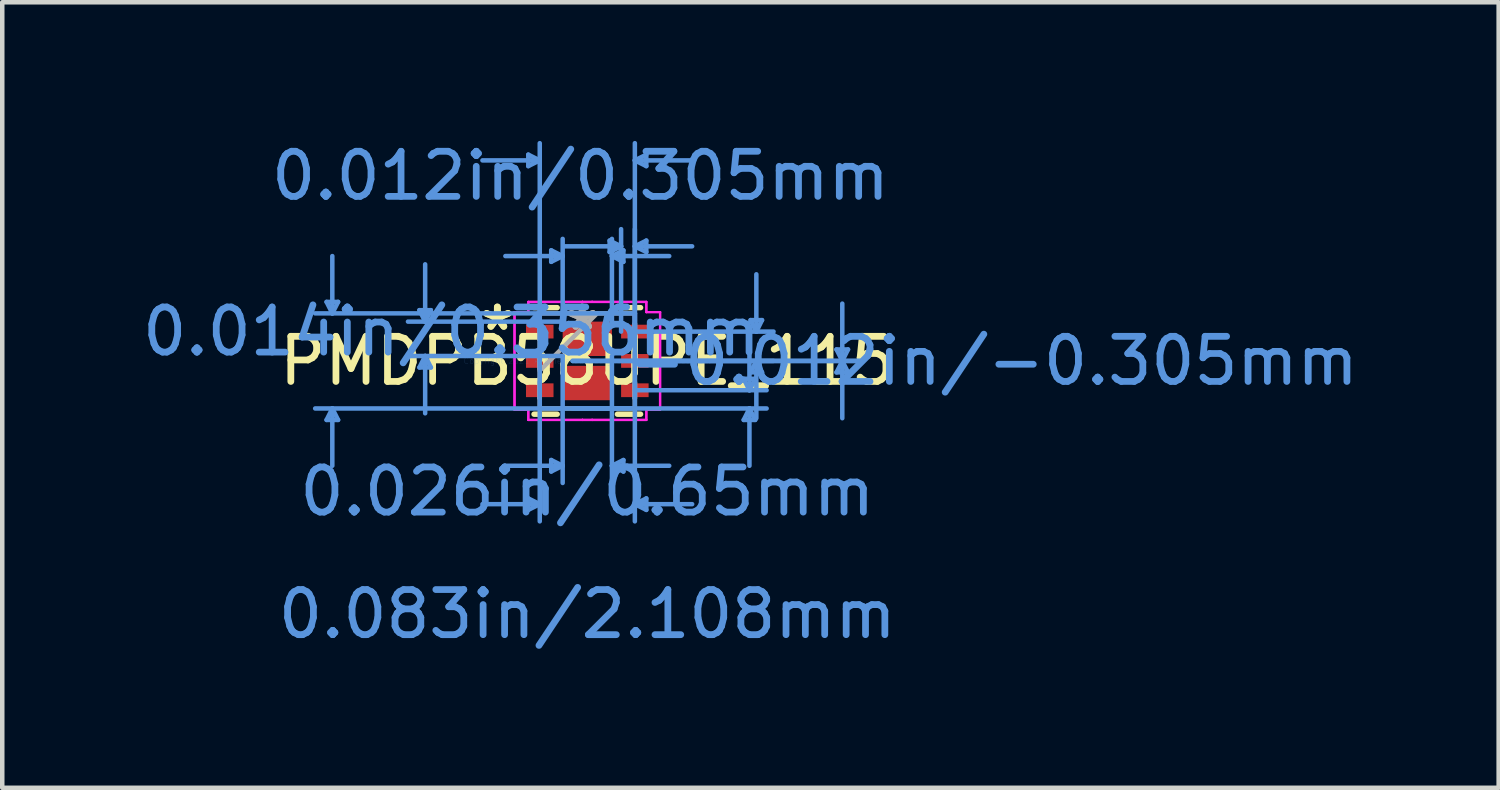
<source format=kicad_pcb>
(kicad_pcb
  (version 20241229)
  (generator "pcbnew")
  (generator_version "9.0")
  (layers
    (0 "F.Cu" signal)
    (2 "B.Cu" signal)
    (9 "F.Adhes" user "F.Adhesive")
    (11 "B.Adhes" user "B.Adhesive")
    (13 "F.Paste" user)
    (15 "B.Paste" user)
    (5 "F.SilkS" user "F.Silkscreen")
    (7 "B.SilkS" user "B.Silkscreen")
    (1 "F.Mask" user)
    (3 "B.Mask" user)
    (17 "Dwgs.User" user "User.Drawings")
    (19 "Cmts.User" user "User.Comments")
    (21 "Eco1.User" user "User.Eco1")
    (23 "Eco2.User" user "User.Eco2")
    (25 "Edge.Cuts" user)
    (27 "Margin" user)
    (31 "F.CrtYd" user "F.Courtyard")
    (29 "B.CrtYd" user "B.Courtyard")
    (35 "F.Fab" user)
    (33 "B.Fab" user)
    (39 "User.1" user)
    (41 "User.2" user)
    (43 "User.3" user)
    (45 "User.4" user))
  (footprint "PMDPB58UPE_115"
    (layer "F.Cu")
    (at 9.968 4.95)
    (property "Reference" "PMDPB58UPE_115" (at 0 0 0) (layer "F.SilkS") (effects (font (size 1 1) (thickness 0.15))))
    (attr through_hole)
    (fp_line (start -1.181 1.181) (end -0.667 1.181) (stroke (width 0.12) (type solid)) (layer "F.SilkS"))
    (fp_line (start -0.667 -1.181) (end -1.181 -1.181) (stroke (width 0.12) (type solid)) (layer "F.SilkS"))
    (fp_line (start 0.667 1.181) (end 1.181 1.181) (stroke (width 0.12) (type solid)) (layer "F.SilkS"))
    (fp_line (start 1.181 -1.181) (end 0.667 -1.181) (stroke (width 0.12) (type solid)) (layer "F.SilkS"))
    (fp_line (start -5.779 -1.308) (end -5.524 -1.308) (stroke (width 0.1) (type solid)) (layer "Cmts.User"))
    (fp_line (start -5.779 1.308) (end -5.524 1.308) (stroke (width 0.1) (type solid)) (layer "Cmts.User"))
    (fp_line (start -5.652 -1.054) (end -5.779 -1.308) (stroke (width 0.1) (type solid)) (layer "Cmts.User"))
    (fp_line (start -5.652 -1.054) (end -5.652 -2.324) (stroke (width 0.1) (type solid)) (layer "Cmts.User"))
    (fp_line (start -5.652 -1.054) (end -5.524 -1.308) (stroke (width 0.1) (type solid)) (layer "Cmts.User"))
    (fp_line (start -5.652 1.054) (end -5.779 1.308) (stroke (width 0.1) (type solid)) (layer "Cmts.User"))
    (fp_line (start -5.652 1.054) (end -5.652 2.324) (stroke (width 0.1) (type solid)) (layer "Cmts.User"))
    (fp_line (start -5.652 1.054) (end -5.524 1.308) (stroke (width 0.1) (type solid)) (layer "Cmts.User"))
    (fp_line (start -3.721 -1.125) (end -3.467 -1.125) (stroke (width 0.1) (type solid)) (layer "Cmts.User"))
    (fp_line (start -3.721 0.145) (end -3.467 0.145) (stroke (width 0.1) (type solid)) (layer "Cmts.User"))
    (fp_line (start -3.594 -0.871) (end -3.721 -1.125) (stroke (width 0.1) (type solid)) (layer "Cmts.User"))
    (fp_line (start -3.594 -0.871) (end -3.594 -2.141) (stroke (width 0.1) (type solid)) (layer "Cmts.User"))
    (fp_line (start -3.594 -0.871) (end -3.467 -1.125) (stroke (width 0.1) (type solid)) (layer "Cmts.User"))
    (fp_line (start -3.594 -0.109) (end -3.721 0.145) (stroke (width 0.1) (type solid)) (layer "Cmts.User"))
    (fp_line (start -3.594 -0.109) (end -3.594 1.161) (stroke (width 0.1) (type solid)) (layer "Cmts.User"))
    (fp_line (start -3.594 -0.109) (end -3.467 0.145) (stroke (width 0.1) (type solid)) (layer "Cmts.User"))
    (fp_line (start -1.308 -4.572) (end -1.308 -4.318) (stroke (width 0.1) (type solid)) (layer "Cmts.User"))
    (fp_line (start -1.308 3.048) (end -1.308 3.302) (stroke (width 0.1) (type solid)) (layer "Cmts.User"))
    (fp_line (start -1.054 -4.445) (end -2.324 -4.445) (stroke (width 0.1) (type solid)) (layer "Cmts.User"))
    (fp_line (start -1.054 -4.445) (end -1.308 -4.572) (stroke (width 0.1) (type solid)) (layer "Cmts.User"))
    (fp_line (start -1.054 -4.445) (end -1.308 -4.318) (stroke (width 0.1) (type solid)) (layer "Cmts.User"))
    (fp_line (start -1.054 -1.054) (end -1.054 3.556) (stroke (width 0.1) (type solid)) (layer "Cmts.User"))
    (fp_line (start -1.054 -0.65) (end -1.054 -4.826) (stroke (width 0.1) (type solid)) (layer "Cmts.User"))
    (fp_line (start -1.054 3.175) (end -2.324 3.175) (stroke (width 0.1) (type solid)) (layer "Cmts.User"))
    (fp_line (start -1.054 3.175) (end -1.308 3.048) (stroke (width 0.1) (type solid)) (layer "Cmts.User"))
    (fp_line (start -1.054 3.175) (end -1.308 3.302) (stroke (width 0.1) (type solid)) (layer "Cmts.User"))
    (fp_line (start -0.8 -2.451) (end -0.8 -2.197) (stroke (width 0.1) (type solid)) (layer "Cmts.User"))
    (fp_line (start -0.8 2.197) (end -0.8 2.451) (stroke (width 0.1) (type solid)) (layer "Cmts.User"))
    (fp_line (start -0.546 -2.324) (end -1.816 -2.324) (stroke (width 0.1) (type solid)) (layer "Cmts.User"))
    (fp_line (start -0.546 -2.324) (end -0.8 -2.451) (stroke (width 0.1) (type solid)) (layer "Cmts.User"))
    (fp_line (start -0.546 -2.324) (end -0.8 -2.197) (stroke (width 0.1) (type solid)) (layer "Cmts.User"))
    (fp_line (start -0.546 -0.871) (end -3.975 -0.871) (stroke (width 0.1) (type solid)) (layer "Cmts.User"))
    (fp_line (start -0.546 -0.871) (end -0.546 -2.705) (stroke (width 0.1) (type solid)) (layer "Cmts.User"))
    (fp_line (start -0.546 -0.109) (end -3.975 -0.109) (stroke (width 0.1) (type solid)) (layer "Cmts.User"))
    (fp_line (start -0.546 -0.109) (end -0.546 2.705) (stroke (width 0.1) (type solid)) (layer "Cmts.User"))
    (fp_line (start -0.546 2.324) (end -1.816 2.324) (stroke (width 0.1) (type solid)) (layer "Cmts.User"))
    (fp_line (start -0.546 2.324) (end -0.8 2.197) (stroke (width 0.1) (type solid)) (layer "Cmts.User"))
    (fp_line (start -0.546 2.324) (end -0.8 2.451) (stroke (width 0.1) (type solid)) (layer "Cmts.User"))
    (fp_line (start -0.325 0) (end 6.032 0) (stroke (width 0.1) (type solid)) (layer "Cmts.User"))
    (fp_line (start -0.325 0) (end 6.032 0) (stroke (width 0.1) (type solid)) (layer "Cmts.User"))
    (fp_line (start -0.325 1.054) (end 3.975 1.054) (stroke (width 0.1) (type solid)) (layer "Cmts.User"))
    (fp_line (start 0.495 -2.667) (end 0.495 -2.413) (stroke (width 0.1) (type solid)) (layer "Cmts.User"))
    (fp_line (start 0.546 -2.324) (end 0.8 -2.451) (stroke (width 0.1) (type solid)) (layer "Cmts.User"))
    (fp_line (start 0.546 -2.324) (end 0.8 -2.197) (stroke (width 0.1) (type solid)) (layer "Cmts.User"))
    (fp_line (start 0.546 -2.324) (end 1.816 -2.324) (stroke (width 0.1) (type solid)) (layer "Cmts.User"))
    (fp_line (start 0.546 -0.871) (end 0.546 -2.705) (stroke (width 0.1) (type solid)) (layer "Cmts.User"))
    (fp_line (start 0.546 -0.109) (end 0.546 2.705) (stroke (width 0.1) (type solid)) (layer "Cmts.User"))
    (fp_line (start 0.546 2.324) (end 0.8 2.197) (stroke (width 0.1) (type solid)) (layer "Cmts.User"))
    (fp_line (start 0.546 2.324) (end 0.8 2.451) (stroke (width 0.1) (type solid)) (layer "Cmts.User"))
    (fp_line (start 0.546 2.324) (end 1.816 2.324) (stroke (width 0.1) (type solid)) (layer "Cmts.User"))
    (fp_line (start 0.749 -2.54) (end -0.521 -2.54) (stroke (width 0.1) (type solid)) (layer "Cmts.User"))
    (fp_line (start 0.749 -2.54) (end 0.495 -2.667) (stroke (width 0.1) (type solid)) (layer "Cmts.User"))
    (fp_line (start 0.749 -2.54) (end 0.495 -2.413) (stroke (width 0.1) (type solid)) (layer "Cmts.User"))
    (fp_line (start 0.749 -0.65) (end 0.749 -2.921) (stroke (width 0.1) (type solid)) (layer "Cmts.User"))
    (fp_line (start 0.8 -2.451) (end 0.8 -2.197) (stroke (width 0.1) (type solid)) (layer "Cmts.User"))
    (fp_line (start 0.8 2.197) (end 0.8 2.451) (stroke (width 0.1) (type solid)) (layer "Cmts.User"))
    (fp_line (start 1.054 -4.445) (end 1.308 -4.572) (stroke (width 0.1) (type solid)) (layer "Cmts.User"))
    (fp_line (start 1.054 -4.445) (end 1.308 -4.318) (stroke (width 0.1) (type solid)) (layer "Cmts.User"))
    (fp_line (start 1.054 -4.445) (end 2.324 -4.445) (stroke (width 0.1) (type solid)) (layer "Cmts.User"))
    (fp_line (start 1.054 -2.54) (end 1.308 -2.667) (stroke (width 0.1) (type solid)) (layer "Cmts.User"))
    (fp_line (start 1.054 -2.54) (end 1.308 -2.413) (stroke (width 0.1) (type solid)) (layer "Cmts.User"))
    (fp_line (start 1.054 -2.54) (end 2.324 -2.54) (stroke (width 0.1) (type solid)) (layer "Cmts.User"))
    (fp_line (start 1.054 -1.054) (end -6.032 -1.054) (stroke (width 0.1) (type solid)) (layer "Cmts.User"))
    (fp_line (start 1.054 -1.054) (end 1.054 3.556) (stroke (width 0.1) (type solid)) (layer "Cmts.User"))
    (fp_line (start 1.054 -0.65) (end 1.054 -4.826) (stroke (width 0.1) (type solid)) (layer "Cmts.User"))
    (fp_line (start 1.054 -0.65) (end 1.054 -2.921) (stroke (width 0.1) (type solid)) (layer "Cmts.User"))
    (fp_line (start 1.054 -0.65) (end 4.128 -0.65) (stroke (width 0.1) (type solid)) (layer "Cmts.User"))
    (fp_line (start 1.054 0) (end 4.128 0) (stroke (width 0.1) (type solid)) (layer "Cmts.User"))
    (fp_line (start 1.054 0.65) (end 3.975 0.65) (stroke (width 0.1) (type solid)) (layer "Cmts.User"))
    (fp_line (start 1.054 1.054) (end -6.032 1.054) (stroke (width 0.1) (type solid)) (layer "Cmts.User"))
    (fp_line (start 1.054 3.175) (end 1.308 3.048) (stroke (width 0.1) (type solid)) (layer "Cmts.User"))
    (fp_line (start 1.054 3.175) (end 1.308 3.302) (stroke (width 0.1) (type solid)) (layer "Cmts.User"))
    (fp_line (start 1.054 3.175) (end 2.324 3.175) (stroke (width 0.1) (type solid)) (layer "Cmts.User"))
    (fp_line (start 1.308 -4.572) (end 1.308 -4.318) (stroke (width 0.1) (type solid)) (layer "Cmts.User"))
    (fp_line (start 1.308 -2.667) (end 1.308 -2.413) (stroke (width 0.1) (type solid)) (layer "Cmts.User"))
    (fp_line (start 1.308 3.048) (end 1.308 3.302) (stroke (width 0.1) (type solid)) (layer "Cmts.User"))
    (fp_line (start 3.467 0.396) (end 3.721 0.396) (stroke (width 0.1) (type solid)) (layer "Cmts.User"))
    (fp_line (start 3.467 1.308) (end 3.721 1.308) (stroke (width 0.1) (type solid)) (layer "Cmts.User"))
    (fp_line (start 3.594 0.65) (end 3.467 0.396) (stroke (width 0.1) (type solid)) (layer "Cmts.User"))
    (fp_line (start 3.594 0.65) (end 3.594 -0.62) (stroke (width 0.1) (type solid)) (layer "Cmts.User"))
    (fp_line (start 3.594 0.65) (end 3.721 0.396) (stroke (width 0.1) (type solid)) (layer "Cmts.User"))
    (fp_line (start 3.594 1.054) (end 3.467 1.308) (stroke (width 0.1) (type solid)) (layer "Cmts.User"))
    (fp_line (start 3.594 1.054) (end 3.594 2.324) (stroke (width 0.1) (type solid)) (layer "Cmts.User"))
    (fp_line (start 3.594 1.054) (end 3.721 1.308) (stroke (width 0.1) (type solid)) (layer "Cmts.User"))
    (fp_line (start 3.619 -0.904) (end 3.873 -0.904) (stroke (width 0.1) (type solid)) (layer "Cmts.User"))
    (fp_line (start 3.619 0.254) (end 3.873 0.254) (stroke (width 0.1) (type solid)) (layer "Cmts.User"))
    (fp_line (start 3.747 -0.65) (end 3.619 -0.904) (stroke (width 0.1) (type solid)) (layer "Cmts.User"))
    (fp_line (start 3.747 -0.65) (end 3.747 -1.92) (stroke (width 0.1) (type solid)) (layer "Cmts.User"))
    (fp_line (start 3.747 -0.65) (end 3.873 -0.904) (stroke (width 0.1) (type solid)) (layer "Cmts.User"))
    (fp_line (start 3.747 0) (end 3.619 0.254) (stroke (width 0.1) (type solid)) (layer "Cmts.User"))
    (fp_line (start 3.747 0) (end 3.747 1.27) (stroke (width 0.1) (type solid)) (layer "Cmts.User"))
    (fp_line (start 3.747 0) (end 3.873 0.254) (stroke (width 0.1) (type solid)) (layer "Cmts.User"))
    (fp_line (start 5.524 -0.254) (end 5.779 -0.254) (stroke (width 0.1) (type solid)) (layer "Cmts.User"))
    (fp_line (start 5.524 0.254) (end 5.779 0.254) (stroke (width 0.1) (type solid)) (layer "Cmts.User"))
    (fp_line (start 5.652 0) (end 5.524 -0.254) (stroke (width 0.1) (type solid)) (layer "Cmts.User"))
    (fp_line (start 5.652 0) (end 5.524 0.254) (stroke (width 0.1) (type solid)) (layer "Cmts.User"))
    (fp_line (start 5.652 0) (end 5.652 -1.27) (stroke (width 0.1) (type solid)) (layer "Cmts.User"))
    (fp_line (start 5.652 0) (end 5.652 1.27) (stroke (width 0.1) (type solid)) (layer "Cmts.User"))
    (fp_line (start 5.652 0) (end 5.779 -0.254) (stroke (width 0.1) (type solid)) (layer "Cmts.User"))
    (fp_line (start 5.652 0) (end 5.779 0.254) (stroke (width 0.1) (type solid)) (layer "Cmts.User"))
    (fp_line (start -1.613 -1.082) (end -1.308 -1.082) (stroke (width 0.05) (type solid)) (layer "F.CrtYd"))
    (fp_line (start -1.613 -1.082) (end -1.308 -1.082) (stroke (width 0.05) (type solid)) (layer "F.CrtYd"))
    (fp_line (start -1.613 1.082) (end -1.613 -1.082) (stroke (width 0.05) (type solid)) (layer "F.CrtYd"))
    (fp_line (start -1.613 1.082) (end -1.613 -1.082) (stroke (width 0.05) (type solid)) (layer "F.CrtYd"))
    (fp_line (start -1.308 -1.308) (end -0.107 -1.308) (stroke (width 0.05) (type solid)) (layer "F.CrtYd"))
    (fp_line (start -1.308 -1.308) (end -0.107 -1.308) (stroke (width 0.05) (type solid)) (layer "F.CrtYd"))
    (fp_line (start -1.308 -1.082) (end -1.308 -1.308) (stroke (width 0.05) (type solid)) (layer "F.CrtYd"))
    (fp_line (start -1.308 -1.082) (end -1.308 -1.308) (stroke (width 0.05) (type solid)) (layer "F.CrtYd"))
    (fp_line (start -1.308 1.082) (end -1.613 1.082) (stroke (width 0.05) (type solid)) (layer "F.CrtYd"))
    (fp_line (start -1.308 1.082) (end -1.613 1.082) (stroke (width 0.05) (type solid)) (layer "F.CrtYd"))
    (fp_line (start -1.308 1.308) (end -1.308 1.082) (stroke (width 0.05) (type solid)) (layer "F.CrtYd"))
    (fp_line (start -1.308 1.308) (end -1.308 1.082) (stroke (width 0.05) (type solid)) (layer "F.CrtYd"))
    (fp_line (start -0.107 -1.308) (end -0.107 -1.308) (stroke (width 0.05) (type solid)) (layer "F.CrtYd"))
    (fp_line (start -0.107 -1.308) (end -0.107 -1.308) (stroke (width 0.05) (type solid)) (layer "F.CrtYd"))
    (fp_line (start -0.107 -1.308) (end 0.107 -1.308) (stroke (width 0.05) (type solid)) (layer "F.CrtYd"))
    (fp_line (start -0.107 -1.308) (end 0.107 -1.308) (stroke (width 0.05) (type solid)) (layer "F.CrtYd"))
    (fp_line (start -0.107 1.308) (end -1.308 1.308) (stroke (width 0.05) (type solid)) (layer "F.CrtYd"))
    (fp_line (start -0.107 1.308) (end -1.308 1.308) (stroke (width 0.05) (type solid)) (layer "F.CrtYd"))
    (fp_line (start -0.107 1.308) (end -0.107 1.308) (stroke (width 0.05) (type solid)) (layer "F.CrtYd"))
    (fp_line (start -0.107 1.308) (end -0.107 1.308) (stroke (width 0.05) (type solid)) (layer "F.CrtYd"))
    (fp_line (start 0.107 -1.308) (end 0.107 -1.308) (stroke (width 0.05) (type solid)) (layer "F.CrtYd"))
    (fp_line (start 0.107 -1.308) (end 0.107 -1.308) (stroke (width 0.05) (type solid)) (layer "F.CrtYd"))
    (fp_line (start 0.107 -1.308) (end 1.308 -1.308) (stroke (width 0.05) (type solid)) (layer "F.CrtYd"))
    (fp_line (start 0.107 -1.308) (end 1.308 -1.308) (stroke (width 0.05) (type solid)) (layer "F.CrtYd"))
    (fp_line (start 0.107 1.308) (end -0.107 1.308) (stroke (width 0.05) (type solid)) (layer "F.CrtYd"))
    (fp_line (start 0.107 1.308) (end -0.107 1.308) (stroke (width 0.05) (type solid)) (layer "F.CrtYd"))
    (fp_line (start 0.107 1.308) (end 0.107 1.308) (stroke (width 0.05) (type solid)) (layer "F.CrtYd"))
    (fp_line (start 0.107 1.308) (end 0.107 1.308) (stroke (width 0.05) (type solid)) (layer "F.CrtYd"))
    (fp_line (start 1.308 -1.308) (end 1.308 -1.082) (stroke (width 0.05) (type solid)) (layer "F.CrtYd"))
    (fp_line (start 1.308 -1.308) (end 1.308 -1.082) (stroke (width 0.05) (type solid)) (layer "F.CrtYd"))
    (fp_line (start 1.308 -1.082) (end 1.613 -1.082) (stroke (width 0.05) (type solid)) (layer "F.CrtYd"))
    (fp_line (start 1.308 -1.082) (end 1.613 -1.082) (stroke (width 0.05) (type solid)) (layer "F.CrtYd"))
    (fp_line (start 1.308 1.082) (end 1.308 1.308) (stroke (width 0.05) (type solid)) (layer "F.CrtYd"))
    (fp_line (start 1.308 1.082) (end 1.308 1.308) (stroke (width 0.05) (type solid)) (layer "F.CrtYd"))
    (fp_line (start 1.308 1.308) (end 0.107 1.308) (stroke (width 0.05) (type solid)) (layer "F.CrtYd"))
    (fp_line (start 1.308 1.308) (end 0.107 1.308) (stroke (width 0.05) (type solid)) (layer "F.CrtYd"))
    (fp_line (start 1.613 -1.082) (end 1.613 1.082) (stroke (width 0.05) (type solid)) (layer "F.CrtYd"))
    (fp_line (start 1.613 -1.082) (end 1.613 1.082) (stroke (width 0.05) (type solid)) (layer "F.CrtYd"))
    (fp_line (start 1.613 1.082) (end 1.308 1.082) (stroke (width 0.05) (type solid)) (layer "F.CrtYd"))
    (fp_line (start 1.613 1.082) (end 1.308 1.082) (stroke (width 0.05) (type solid)) (layer "F.CrtYd"))
    (fp_line (start -1.054 -1.054) (end -1.054 1.054) (stroke (width 0.1) (type solid)) (layer "F.Fab"))
    (fp_line (start -1.054 -0.828) (end -1.054 -0.828) (stroke (width 0.1) (type solid)) (layer "F.Fab"))
    (fp_line (start -1.054 -0.828) (end -1.054 -0.472) (stroke (width 0.1) (type solid)) (layer "F.Fab"))
    (fp_line (start -1.054 -0.472) (end -1.054 -0.828) (stroke (width 0.1) (type solid)) (layer "F.Fab"))
    (fp_line (start -1.054 -0.472) (end -1.054 -0.472) (stroke (width 0.1) (type solid)) (layer "F.Fab"))
    (fp_line (start -1.054 -0.178) (end -1.054 -0.178) (stroke (width 0.1) (type solid)) (layer "F.Fab"))
    (fp_line (start -1.054 -0.178) (end -1.054 0.178) (stroke (width 0.1) (type solid)) (layer "F.Fab"))
    (fp_line (start -1.054 0.178) (end -1.054 -0.178) (stroke (width 0.1) (type solid)) (layer "F.Fab"))
    (fp_line (start -1.054 0.178) (end -1.054 0.178) (stroke (width 0.1) (type solid)) (layer "F.Fab"))
    (fp_line (start -1.054 0.216) (end 0.216 -1.054) (stroke (width 0.1) (type solid)) (layer "F.Fab"))
    (fp_line (start -1.054 0.472) (end -1.054 0.472) (stroke (width 0.1) (type solid)) (layer "F.Fab"))
    (fp_line (start -1.054 0.472) (end -1.054 0.828) (stroke (width 0.1) (type solid)) (layer "F.Fab"))
    (fp_line (start -1.054 0.828) (end -1.054 0.472) (stroke (width 0.1) (type solid)) (layer "F.Fab"))
    (fp_line (start -1.054 0.828) (end -1.054 0.828) (stroke (width 0.1) (type solid)) (layer "F.Fab"))
    (fp_line (start -1.054 1.054) (end 1.054 1.054) (stroke (width 0.1) (type solid)) (layer "F.Fab"))
    (fp_line (start 1.054 -1.054) (end -1.054 -1.054) (stroke (width 0.1) (type solid)) (layer "F.Fab"))
    (fp_line (start 1.054 -0.828) (end 1.054 -0.828) (stroke (width 0.1) (type solid)) (layer "F.Fab"))
    (fp_line (start 1.054 -0.828) (end 1.054 -0.472) (stroke (width 0.1) (type solid)) (layer "F.Fab"))
    (fp_line (start 1.054 -0.472) (end 1.054 -0.828) (stroke (width 0.1) (type solid)) (layer "F.Fab"))
    (fp_line (start 1.054 -0.472) (end 1.054 -0.472) (stroke (width 0.1) (type solid)) (layer "F.Fab"))
    (fp_line (start 1.054 -0.178) (end 1.054 -0.178) (stroke (width 0.1) (type solid)) (layer "F.Fab"))
    (fp_line (start 1.054 -0.178) (end 1.054 0.178) (stroke (width 0.1) (type solid)) (layer "F.Fab"))
    (fp_line (start 1.054 0.178) (end 1.054 -0.178) (stroke (width 0.1) (type solid)) (layer "F.Fab"))
    (fp_line (start 1.054 0.178) (end 1.054 0.178) (stroke (width 0.1) (type solid)) (layer "F.Fab"))
    (fp_line (start 1.054 0.472) (end 1.054 0.472) (stroke (width 0.1) (type solid)) (layer "F.Fab"))
    (fp_line (start 1.054 0.472) (end 1.054 0.828) (stroke (width 0.1) (type solid)) (layer "F.Fab"))
    (fp_line (start 1.054 0.828) (end 1.054 0.472) (stroke (width 0.1) (type solid)) (layer "F.Fab"))
    (fp_line (start 1.054 0.828) (end 1.054 0.828) (stroke (width 0.1) (type solid)) (layer "F.Fab"))
    (fp_line (start 1.054 1.054) (end 1.054 -1.054) (stroke (width 0.1) (type solid)) (layer "F.Fab"))
    (fp_text user "*" (at -1.994 -0.65 0) (layer "F.SilkS") (effects (font (size 1 1) (thickness 0.15))))
    (fp_text user "*" (at -1.994 -0.65 0) (layer "F.SilkS") (effects (font (size 1 1) (thickness 0.15))))
    (fp_text user "0.014in/0.356mm" (at -3.01 -0.65 0) (layer "Cmts.User") (effects (font (size 1 1) (thickness 0.15))))
    (fp_text user "0.012in/0.305mm" (at -0.152 -4.102 0) (layer "Cmts.User") (effects (font (size 1 1) (thickness 0.15))))
    (fp_text user "0.083in/2.108mm" (at 0 5.613 0) (layer "Cmts.User") (effects (font (size 1 1) (thickness 0.15))))
    (fp_text user "0.026in/0.65mm" (at 0 2.896 0) (layer "Cmts.User") (effects (font (size 1 1) (thickness 0.15))))
    (fp_text user "Copyright 2021 Accelerated Designs. All rights reserved." (at 0 0 0) (layer "Cmts.User") (effects (font (size 0.127 0.127) (thickness 0.002))))
    (fp_text user "-0.012in/-0.305mm" (at 9.004 0 0) (layer "Cmts.User") (effects (font (size 1 1) (thickness 0.15))))
    (fp_text user "*" (at -0.114 -0.65 0) (layer "F.Fab") (effects (font (size 1 1) (thickness 0.15))))
    (fp_text user "*" (at -0.114 -0.65 0) (layer "F.Fab") (effects (font (size 1 1) (thickness 0.15))))
    (pad "1" smd rect (at -1.054 -0.65 90) (size 0.305 0.61) (layers "F.Cu" "F.Mask" "F.Paste"))
    (pad "2" smd rect (at -1.054 0 90) (size 0.305 0.61) (layers "F.Cu" "F.Mask" "F.Paste"))
    (pad "3" smd rect (at -1.054 0.65 90) (size 0.305 0.61) (layers "F.Cu" "F.Mask" "F.Paste"))
    (pad "4" smd rect (at 1.054 0.65 90) (size 0.305 0.61) (layers "F.Cu" "F.Mask" "F.Paste"))
    (pad "5" smd rect (at 1.054 0 90) (size 0.305 0.61) (layers "F.Cu" "F.Mask" "F.Paste"))
    (pad "6" smd rect (at 1.054 -0.65 90) (size 0.305 0.61) (layers "F.Cu" "F.Mask" "F.Paste"))
    (pad "7" smd rect (at 0 -0.49) (size 1.092 0.762) (layers "F.Cu" "F.Mask" "F.Paste"))
    (pad "8" smd rect (at 0 0.49) (size 1.092 0.762) (layers "F.Cu" "F.Mask" "F.Paste")))
  (gr_rect
    (start -3 -3)
    (end 30.169 14.412)
    (stroke (width 0.1) (type default))
    (fill no)
    (layer "Edge.Cuts")))
</source>
